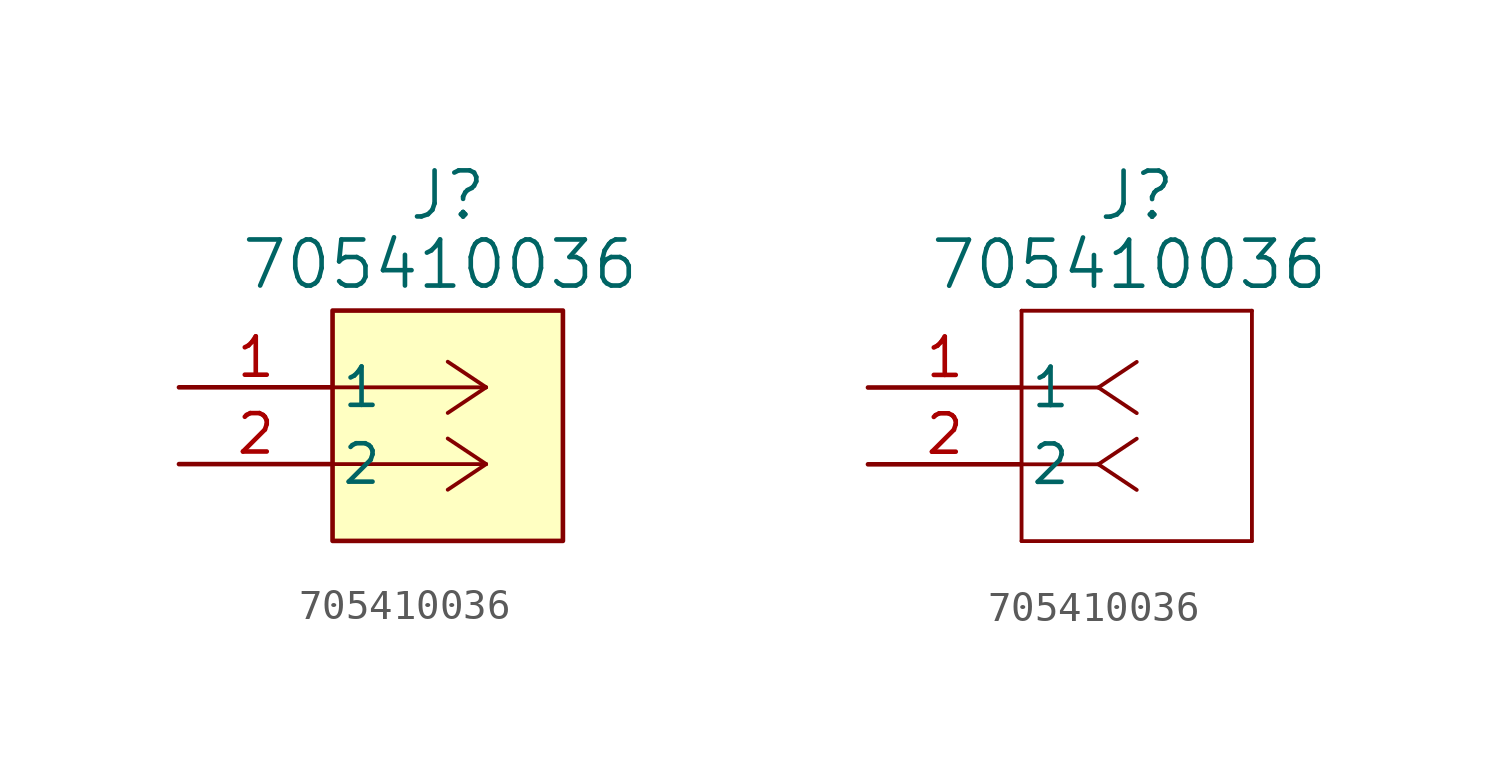
<source format=kicad_sym>
(kicad_symbol_lib
  (version 20241209)
  (generator "kicad_symbol_editor")
  (generator_version "9.0")
  (symbol "705410036"
    (pin_names
      (offset 0.254))
    (property "Reference" "J"
      (at 8.89 6.35 0)
      (effects (font (size 1.524 1.524))))
    (property "Value" "705410036"
      (at 8.636 4.064 0)
      (effects (font (size 1.524 1.524))))
    (property "ki_locked" ""
      (at 0 0 0)
      (effects (font (size 1.27 1.27))))
    (symbol "705410036_1_1"
      (rectangle (start 5.08 2.54) (end 12.7 -5.08) (stroke (width 0) (type solid)) (fill (type background)))
      (polyline (pts (xy 10.16 0) (xy 5.08 0)) (stroke (width 0.127) (type default)) (fill (type none)))
      (polyline (pts (xy 10.16 0) (xy 8.89 0.847)) (stroke (width 0.127) (type default)) (fill (type none)))
      (polyline (pts (xy 10.16 0) (xy 8.89 -0.847)) (stroke (width 0.127) (type default)) (fill (type none)))
      (polyline (pts (xy 10.16 -2.54) (xy 5.08 -2.54)) (stroke (width 0.127) (type default)) (fill (type none)))
      (polyline (pts (xy 10.16 -2.54) (xy 8.89 -1.693)) (stroke (width 0.127) (type default)) (fill (type none)))
      (polyline (pts (xy 10.16 -2.54) (xy 8.89 -3.387)) (stroke (width 0.127) (type default)) (fill (type none)))
      (pin unspecified line (at 0 0 0) (length 5.08) (name "1" (effects (font (size 1.27 1.27)))) (number "1" (effects (font (size 1.27 1.27)))))
      (pin unspecified line (at 0 -2.54 0) (length 5.08) (name "2" (effects (font (size 1.27 1.27)))) (number "2" (effects (font (size 1.27 1.27))))))
    (symbol "705410036_1_2"
      (polyline (pts (xy 5.08 2.54) (xy 5.08 -5.08)) (stroke (width 0.127) (type default)) (fill (type none)))
      (polyline (pts (xy 5.08 -5.08) (xy 12.7 -5.08)) (stroke (width 0.127) (type default)) (fill (type none)))
      (polyline (pts (xy 7.62 0) (xy 5.08 0)) (stroke (width 0.127) (type default)) (fill (type none)))
      (polyline (pts (xy 7.62 0) (xy 8.89 0.847)) (stroke (width 0.127) (type default)) (fill (type none)))
      (polyline (pts (xy 7.62 0) (xy 8.89 -0.847)) (stroke (width 0.127) (type default)) (fill (type none)))
      (polyline (pts (xy 7.62 -2.54) (xy 5.08 -2.54)) (stroke (width 0.127) (type default)) (fill (type none)))
      (polyline (pts (xy 7.62 -2.54) (xy 8.89 -1.693)) (stroke (width 0.127) (type default)) (fill (type none)))
      (polyline (pts (xy 7.62 -2.54) (xy 8.89 -3.387)) (stroke (width 0.127) (type default)) (fill (type none)))
      (polyline (pts (xy 12.7 2.54) (xy 5.08 2.54)) (stroke (width 0.127) (type default)) (fill (type none)))
      (polyline (pts (xy 12.7 -5.08) (xy 12.7 2.54)) (stroke (width 0.127) (type default)) (fill (type none)))
      (pin unspecified line (at 0 0 0) (length 5.08) (name "1" (effects (font (size 1.27 1.27)))) (number "1" (effects (font (size 1.27 1.27)))))
      (pin unspecified line (at 0 -2.54 0) (length 5.08) (name "2" (effects (font (size 1.27 1.27)))) (number "2" (effects (font (size 1.27 1.27))))))))
</source>
